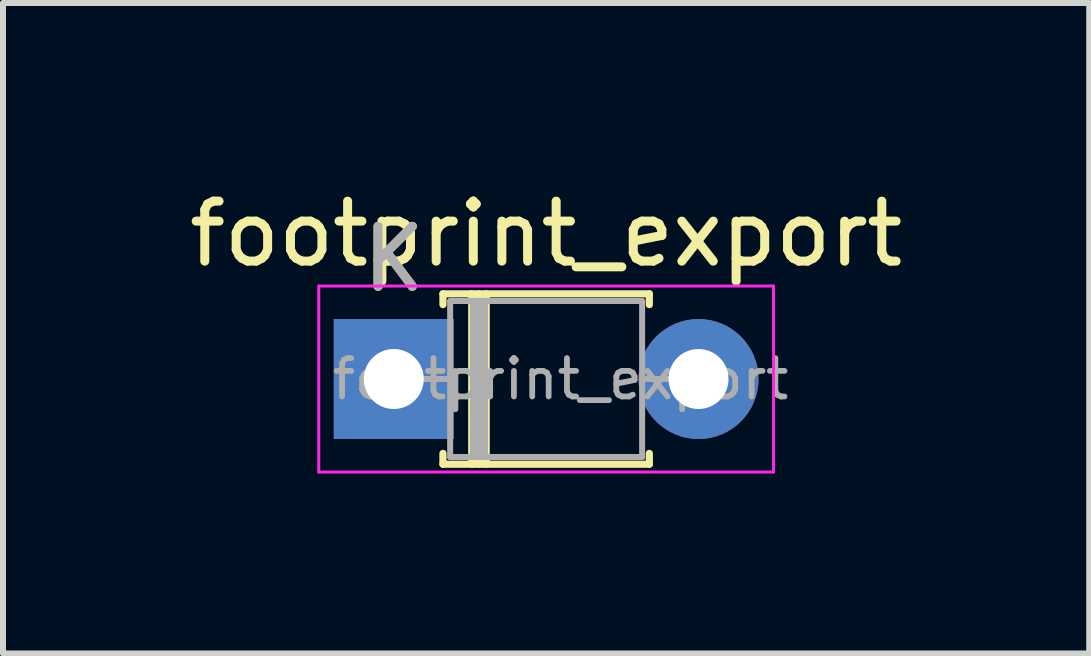
<source format=kicad_pcb>
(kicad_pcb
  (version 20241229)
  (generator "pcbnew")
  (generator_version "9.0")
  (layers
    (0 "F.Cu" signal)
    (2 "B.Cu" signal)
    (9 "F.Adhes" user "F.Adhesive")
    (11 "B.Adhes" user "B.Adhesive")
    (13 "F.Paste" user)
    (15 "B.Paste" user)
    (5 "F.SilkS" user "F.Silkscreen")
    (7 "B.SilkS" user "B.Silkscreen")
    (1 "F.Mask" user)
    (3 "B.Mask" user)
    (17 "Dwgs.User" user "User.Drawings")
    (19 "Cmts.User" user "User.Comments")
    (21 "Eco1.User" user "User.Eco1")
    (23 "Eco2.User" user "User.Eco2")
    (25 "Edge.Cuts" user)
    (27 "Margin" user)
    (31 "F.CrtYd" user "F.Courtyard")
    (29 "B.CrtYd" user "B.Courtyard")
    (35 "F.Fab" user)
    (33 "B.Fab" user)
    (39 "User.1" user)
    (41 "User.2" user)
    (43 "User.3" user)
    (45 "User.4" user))
  (footprint "footprint_export"
    (layer "F.Cu")
    (at 3.514 3.268)
    (property "Reference" "footprint_export" (at 2.54 -2.42 0) (layer "F.SilkS") (effects (font (size 1 1) (thickness 0.15))))
    (attr through_hole)
    (fp_line (start 0.82 -1.42) (end 4.26 -1.42) (stroke (width 0.12) (type solid)) (layer "F.SilkS"))
    (fp_line (start 0.82 -1.24) (end 0.82 -1.42) (stroke (width 0.12) (type solid)) (layer "F.SilkS"))
    (fp_line (start 0.82 1.24) (end 0.82 1.42) (stroke (width 0.12) (type solid)) (layer "F.SilkS"))
    (fp_line (start 0.82 1.42) (end 4.26 1.42) (stroke (width 0.12) (type solid)) (layer "F.SilkS"))
    (fp_line (start 1.3 -1.42) (end 1.3 1.42) (stroke (width 0.12) (type solid)) (layer "F.SilkS"))
    (fp_line (start 1.42 -1.42) (end 1.42 1.42) (stroke (width 0.12) (type solid)) (layer "F.SilkS"))
    (fp_line (start 1.54 -1.42) (end 1.54 1.42) (stroke (width 0.12) (type solid)) (layer "F.SilkS"))
    (fp_line (start 4.26 -1.42) (end 4.26 -1.24) (stroke (width 0.12) (type solid)) (layer "F.SilkS"))
    (fp_line (start 4.26 1.42) (end 4.26 1.24) (stroke (width 0.12) (type solid)) (layer "F.SilkS"))
    (fp_line (start -1.25 -1.55) (end -1.25 1.55) (stroke (width 0.05) (type solid)) (layer "F.CrtYd"))
    (fp_line (start -1.25 1.55) (end 6.33 1.55) (stroke (width 0.05) (type solid)) (layer "F.CrtYd"))
    (fp_line (start 6.33 -1.55) (end -1.25 -1.55) (stroke (width 0.05) (type solid)) (layer "F.CrtYd"))
    (fp_line (start 6.33 1.55) (end 6.33 -1.55) (stroke (width 0.05) (type solid)) (layer "F.CrtYd"))
    (fp_line (start 0 0) (end 0.94 0) (stroke (width 0.1) (type solid)) (layer "F.Fab"))
    (fp_line (start 0.94 -1.3) (end 0.94 1.3) (stroke (width 0.1) (type solid)) (layer "F.Fab"))
    (fp_line (start 0.94 1.3) (end 4.14 1.3) (stroke (width 0.1) (type solid)) (layer "F.Fab"))
    (fp_line (start 1.32 -1.3) (end 1.32 1.3) (stroke (width 0.1) (type solid)) (layer "F.Fab"))
    (fp_line (start 1.42 -1.3) (end 1.42 1.3) (stroke (width 0.1) (type solid)) (layer "F.Fab"))
    (fp_line (start 1.52 -1.3) (end 1.52 1.3) (stroke (width 0.1) (type solid)) (layer "F.Fab"))
    (fp_line (start 4.14 -1.3) (end 0.94 -1.3) (stroke (width 0.1) (type solid)) (layer "F.Fab"))
    (fp_line (start 4.14 1.3) (end 4.14 -1.3) (stroke (width 0.1) (type solid)) (layer "F.Fab"))
    (fp_line (start 5.08 0) (end 4.14 0) (stroke (width 0.1) (type solid)) (layer "F.Fab"))
    (fp_text user "K" (at 0 -2 0) (layer "F.SilkS") (effects (font (size 1 1) (thickness 0.15))))
    (fp_text user "K" (at 0 -2 0) (layer "F.Fab") (effects (font (size 1 1) (thickness 0.15))))
    (fp_text user "${REFERENCE}" (at 2.78 0 0) (layer "F.Fab") (effects (font (size 0.64 0.64) (thickness 0.096))))
    (pad "1" thru_hole rect (at 0 0) (size 2 2) (drill 1) (layers "*.Cu" "*.Mask"))
    (pad "2" thru_hole oval (at 5.08 0) (size 2 2) (drill 1) (layers "*.Cu" "*.Mask")))
  (gr_rect
    (start -3 -3)
    (end 15.107 7.843)
    (stroke (width 0.1) (type default))
    (fill no)
    (layer "Edge.Cuts")))
</source>
